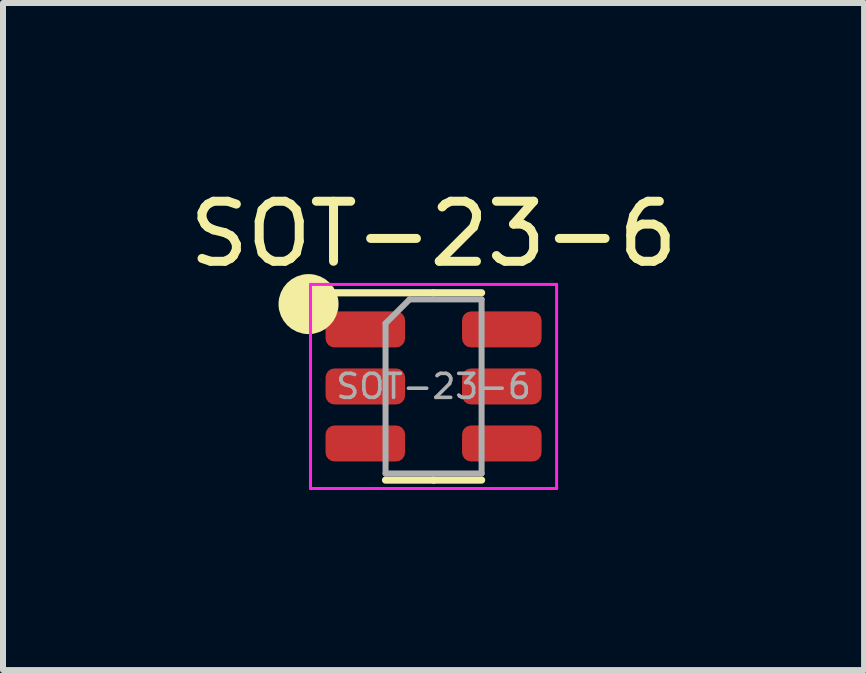
<source format=kicad_pcb>
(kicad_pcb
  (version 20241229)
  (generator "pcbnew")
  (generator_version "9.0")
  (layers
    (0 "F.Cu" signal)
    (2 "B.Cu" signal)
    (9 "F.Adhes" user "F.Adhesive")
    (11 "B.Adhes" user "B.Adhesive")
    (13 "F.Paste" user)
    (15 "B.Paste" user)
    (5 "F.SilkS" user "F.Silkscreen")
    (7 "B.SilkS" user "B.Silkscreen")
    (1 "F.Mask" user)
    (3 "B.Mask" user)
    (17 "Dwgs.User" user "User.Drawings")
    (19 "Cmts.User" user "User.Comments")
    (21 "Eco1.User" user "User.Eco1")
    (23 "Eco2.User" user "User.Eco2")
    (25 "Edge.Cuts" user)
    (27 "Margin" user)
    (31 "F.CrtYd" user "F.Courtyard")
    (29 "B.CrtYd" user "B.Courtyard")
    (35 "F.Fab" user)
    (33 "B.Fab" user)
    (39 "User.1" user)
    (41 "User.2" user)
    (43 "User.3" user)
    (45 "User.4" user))
  (footprint "SOT-23-6"
    (layer "F.Cu")
    (at 4.173 3.388)
    (property "Reference" "SOT-23-6" (at 0 -2.54 180) (layer "F.SilkS") (effects (font (size 1 1) (thickness 0.15))))
    (attr smd)
    (fp_line (start 0 -1.56) (end -1.8 -1.56) (stroke (width 0.12) (type solid)) (layer "F.SilkS"))
    (fp_line (start 0 -1.56) (end 0.8 -1.56) (stroke (width 0.12) (type solid)) (layer "F.SilkS"))
    (fp_line (start 0 1.56) (end -0.8 1.56) (stroke (width 0.12) (type solid)) (layer "F.SilkS"))
    (fp_line (start 0 1.56) (end 0.8 1.56) (stroke (width 0.12) (type solid)) (layer "F.SilkS"))
    (fp_circle (center -2.083 -1.372) (end -2.083 -1.372) (stroke (width 0.5) (type solid)) (fill no) (layer "F.SilkS"))
    (fp_line (start -2.05 -1.7) (end -2.05 1.7) (stroke (width 0.05) (type solid)) (layer "F.CrtYd"))
    (fp_line (start -2.05 1.7) (end 2.05 1.7) (stroke (width 0.05) (type solid)) (layer "F.CrtYd"))
    (fp_line (start 2.05 -1.7) (end -2.05 -1.7) (stroke (width 0.05) (type solid)) (layer "F.CrtYd"))
    (fp_line (start 2.05 1.7) (end 2.05 -1.7) (stroke (width 0.05) (type solid)) (layer "F.CrtYd"))
    (fp_line (start -0.8 -1.05) (end -0.4 -1.45) (stroke (width 0.1) (type solid)) (layer "F.Fab"))
    (fp_line (start -0.8 1.45) (end -0.8 -1.05) (stroke (width 0.1) (type solid)) (layer "F.Fab"))
    (fp_line (start -0.4 -1.45) (end 0.8 -1.45) (stroke (width 0.1) (type solid)) (layer "F.Fab"))
    (fp_line (start 0.8 -1.45) (end 0.8 1.45) (stroke (width 0.1) (type solid)) (layer "F.Fab"))
    (fp_line (start 0.8 1.45) (end -0.8 1.45) (stroke (width 0.1) (type solid)) (layer "F.Fab"))
    (fp_text user "${REFERENCE}" (at 0 0 0) (layer "F.Fab") (effects (font (size 0.4 0.4) (thickness 0.06))))
    (pad "1" smd roundrect (at -1.137 -0.95) (size 1.325 0.6) (layers "F.Cu" "F.Mask" "F.Paste") (roundrect_rratio 0.25))
    (pad "2" smd roundrect (at -1.137 0) (size 1.325 0.6) (layers "F.Cu" "F.Mask" "F.Paste") (roundrect_rratio 0.25))
    (pad "3" smd roundrect (at -1.137 0.95) (size 1.325 0.6) (layers "F.Cu" "F.Mask" "F.Paste") (roundrect_rratio 0.25))
    (pad "4" smd roundrect (at 1.137 0.95) (size 1.325 0.6) (layers "F.Cu" "F.Mask" "F.Paste") (roundrect_rratio 0.25))
    (pad "5" smd roundrect (at 1.137 0) (size 1.325 0.6) (layers "F.Cu" "F.Mask" "F.Paste") (roundrect_rratio 0.25))
    (pad "6" smd roundrect (at 1.137 -0.95) (size 1.325 0.6) (layers "F.Cu" "F.Mask" "F.Paste") (roundrect_rratio 0.25)))
  (gr_rect
    (start -3 -3)
    (end 11.345 8.113)
    (stroke (width 0.1) (type default))
    (fill no)
    (layer "Edge.Cuts")))
</source>
